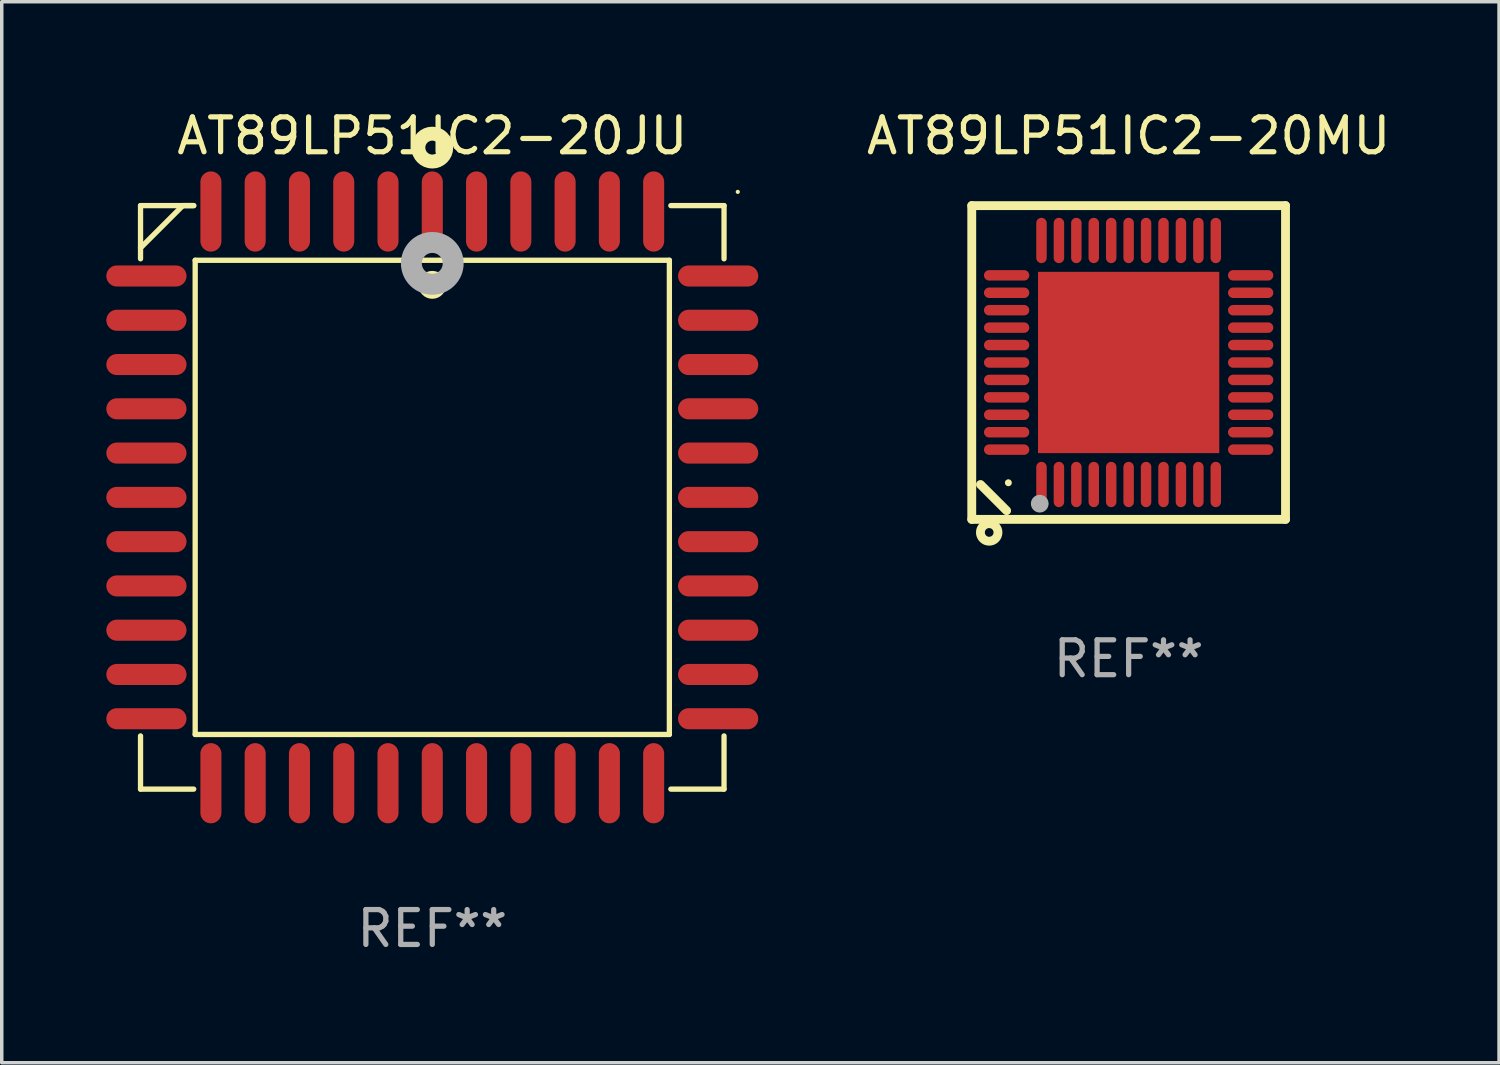
<source format=kicad_pcb>
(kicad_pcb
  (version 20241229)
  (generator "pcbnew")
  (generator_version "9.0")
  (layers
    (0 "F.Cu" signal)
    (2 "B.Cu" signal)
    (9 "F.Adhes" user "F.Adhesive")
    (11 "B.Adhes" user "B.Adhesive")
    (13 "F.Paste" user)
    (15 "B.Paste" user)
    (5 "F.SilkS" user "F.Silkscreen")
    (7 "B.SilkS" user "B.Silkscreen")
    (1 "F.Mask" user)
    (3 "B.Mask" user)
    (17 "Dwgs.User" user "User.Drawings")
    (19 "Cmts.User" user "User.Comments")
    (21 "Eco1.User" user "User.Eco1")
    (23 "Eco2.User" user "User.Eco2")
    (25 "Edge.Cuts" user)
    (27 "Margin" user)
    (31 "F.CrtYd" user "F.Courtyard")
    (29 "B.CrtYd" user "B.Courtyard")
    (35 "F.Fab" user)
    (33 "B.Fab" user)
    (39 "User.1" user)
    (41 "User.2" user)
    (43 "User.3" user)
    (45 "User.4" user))
  (footprint "AT89LP51IC2-20MU"
    (layer "F.Cu")
    (at 29.325 7.348)
    (property "Reference" "AT89LP51IC2-20MU" (at 0 -6.5 0) (layer "F.SilkS") (effects (font (size 1 1) (thickness 0.15))))
    (attr through_hole)
    (fp_line (start -4.5 -4.5) (end -4.5 4.5) (stroke (width 0.254) (type solid)) (layer "F.SilkS"))
    (fp_line (start -4.5 4.5) (end 4.5 4.5) (stroke (width 0.254) (type solid)) (layer "F.SilkS"))
    (fp_line (start -3.5 4.25) (end -4.25 3.5) (stroke (width 0.254) (type solid)) (layer "F.SilkS"))
    (fp_line (start 4.5 -4.5) (end -4.5 -4.5) (stroke (width 0.254) (type solid)) (layer "F.SilkS"))
    (fp_line (start 4.5 4.5) (end 4.5 -4.5) (stroke (width 0.254) (type solid)) (layer "F.SilkS"))
    (fp_circle (center -4 4.875) (end -3.875 4.875) (stroke (width 0.254) (type solid)) (fill no) (layer "F.SilkS"))
    (fp_circle (center -3.45 3.45) (end -3.4 3.45) (stroke (width 0.1) (type solid)) (fill no) (layer "F.SilkS"))
    (fp_circle (center -2.55 4.05) (end -2.423 4.05) (stroke (width 0.254) (type solid)) (fill no) (layer "F.Fab"))
    (fp_text user "REF**" (at 0 8.5 0) (layer "F.Fab") (effects (font (size 1 1) (thickness 0.15))))
    (pad "1" smd oval (at -2.5 3.5 90) (size 1.3 0.3) (layers "F.Cu" "F.Mask" "F.Paste"))
    (pad "2" smd oval (at -2 3.5 90) (size 1.3 0.3) (layers "F.Cu" "F.Mask" "F.Paste"))
    (pad "3" smd oval (at -1.5 3.5 90) (size 1.3 0.3) (layers "F.Cu" "F.Mask" "F.Paste"))
    (pad "4" smd oval (at -1 3.5 90) (size 1.3 0.3) (layers "F.Cu" "F.Mask" "F.Paste"))
    (pad "5" smd oval (at -0.5 3.5 90) (size 1.3 0.3) (layers "F.Cu" "F.Mask" "F.Paste"))
    (pad "6" smd oval (at 0.000025 3.5 90) (size 1.3 0.3) (layers "F.Cu" "F.Mask" "F.Paste"))
    (pad "7" smd oval (at 0.5 3.5 90) (size 1.3 0.3) (layers "F.Cu" "F.Mask" "F.Paste"))
    (pad "8" smd oval (at 1 3.5 90) (size 1.3 0.3) (layers "F.Cu" "F.Mask" "F.Paste"))
    (pad "9" smd oval (at 1.5 3.5 90) (size 1.3 0.3) (layers "F.Cu" "F.Mask" "F.Paste"))
    (pad "10" smd oval (at 2 3.5 90) (size 1.3 0.3) (layers "F.Cu" "F.Mask" "F.Paste"))
    (pad "11" smd oval (at 2.5 3.5 90) (size 1.3 0.3) (layers "F.Cu" "F.Mask" "F.Paste"))
    (pad "12" smd oval (at 3.5 2.5 90) (size 0.3 1.3) (layers "F.Cu" "F.Mask" "F.Paste"))
    (pad "13" smd oval (at 3.5 2 90) (size 0.3 1.3) (layers "F.Cu" "F.Mask" "F.Paste"))
    (pad "14" smd oval (at 3.5 1.5 90) (size 0.3 1.3) (layers "F.Cu" "F.Mask" "F.Paste"))
    (pad "15" smd oval (at 3.5 1 90) (size 0.3 1.3) (layers "F.Cu" "F.Mask" "F.Paste"))
    (pad "16" smd oval (at 3.5 0.5 90) (size 0.3 1.3) (layers "F.Cu" "F.Mask" "F.Paste"))
    (pad "17" smd oval (at 3.5 0.000025 90) (size 0.3 1.3) (layers "F.Cu" "F.Mask" "F.Paste"))
    (pad "18" smd oval (at 3.5 -0.5 90) (size 0.3 1.3) (layers "F.Cu" "F.Mask" "F.Paste"))
    (pad "19" smd oval (at 3.5 -1 90) (size 0.3 1.3) (layers "F.Cu" "F.Mask" "F.Paste"))
    (pad "20" smd oval (at 3.5 -1.5 90) (size 0.3 1.3) (layers "F.Cu" "F.Mask" "F.Paste"))
    (pad "21" smd oval (at 3.5 -2 90) (size 0.3 1.3) (layers "F.Cu" "F.Mask" "F.Paste"))
    (pad "22" smd oval (at 3.5 -2.5 90) (size 0.3 1.3) (layers "F.Cu" "F.Mask" "F.Paste"))
    (pad "23" smd oval (at 2.5 -3.5 90) (size 1.3 0.3) (layers "F.Cu" "F.Mask" "F.Paste"))
    (pad "24" smd oval (at 2 -3.5 90) (size 1.3 0.3) (layers "F.Cu" "F.Mask" "F.Paste"))
    (pad "25" smd oval (at 1.5 -3.5 90) (size 1.3 0.3) (layers "F.Cu" "F.Mask" "F.Paste"))
    (pad "26" smd oval (at 1 -3.5 90) (size 1.3 0.3) (layers "F.Cu" "F.Mask" "F.Paste"))
    (pad "27" smd oval (at 0.5 -3.5 90) (size 1.3 0.3) (layers "F.Cu" "F.Mask" "F.Paste"))
    (pad "28" smd oval (at 0.000025 -3.5 90) (size 1.3 0.3) (layers "F.Cu" "F.Mask" "F.Paste"))
    (pad "29" smd oval (at -0.5 -3.5 90) (size 1.3 0.3) (layers "F.Cu" "F.Mask" "F.Paste"))
    (pad "30" smd oval (at -1 -3.5 90) (size 1.3 0.3) (layers "F.Cu" "F.Mask" "F.Paste"))
    (pad "31" smd oval (at -1.5 -3.5 90) (size 1.3 0.3) (layers "F.Cu" "F.Mask" "F.Paste"))
    (pad "32" smd oval (at -2 -3.5 90) (size 1.3 0.3) (layers "F.Cu" "F.Mask" "F.Paste"))
    (pad "33" smd oval (at -2.5 -3.5 90) (size 1.3 0.3) (layers "F.Cu" "F.Mask" "F.Paste"))
    (pad "34" smd oval (at -3.5 -2.5 90) (size 0.3 1.3) (layers "F.Cu" "F.Mask" "F.Paste"))
    (pad "35" smd oval (at -3.5 -2 90) (size 0.3 1.3) (layers "F.Cu" "F.Mask" "F.Paste"))
    (pad "36" smd oval (at -3.5 -1.5 90) (size 0.3 1.3) (layers "F.Cu" "F.Mask" "F.Paste"))
    (pad "37" smd oval (at -3.5 -1 90) (size 0.3 1.3) (layers "F.Cu" "F.Mask" "F.Paste"))
    (pad "38" smd oval (at -3.5 -0.5 90) (size 0.3 1.3) (layers "F.Cu" "F.Mask" "F.Paste"))
    (pad "39" smd oval (at -3.5 0.000025 90) (size 0.3 1.3) (layers "F.Cu" "F.Mask" "F.Paste"))
    (pad "40" smd oval (at -3.5 0.5 90) (size 0.3 1.3) (layers "F.Cu" "F.Mask" "F.Paste"))
    (pad "41" smd oval (at -3.5 1 90) (size 0.3 1.3) (layers "F.Cu" "F.Mask" "F.Paste"))
    (pad "42" smd oval (at -3.5 1.5 90) (size 0.3 1.3) (layers "F.Cu" "F.Mask" "F.Paste"))
    (pad "43" smd oval (at -3.5 2 90) (size 0.3 1.3) (layers "F.Cu" "F.Mask" "F.Paste"))
    (pad "44" smd oval (at -3.5 2.5 90) (size 0.3 1.3) (layers "F.Cu" "F.Mask" "F.Paste"))
    (pad "45" smd rect (at 0.000025 0.000025 90) (size 5.2 5.2) (layers "F.Cu" "F.Mask" "F.Paste")))
  (footprint "AT89LP51IC2-20JU"
    (layer "F.Cu")
    (at 9.35 11.217)
    (property "Reference" "AT89LP51IC2-20JU" (at 0 -10.369 0) (layer "F.SilkS") (effects (font (size 1 1) (thickness 0.15))))
    (attr through_hole)
    (fp_line (start -8.369 -8.369) (end -8.369 -6.843) (stroke (width 0.152) (type solid)) (layer "F.SilkS"))
    (fp_line (start -8.369 8.369) (end -8.369 6.843) (stroke (width 0.152) (type solid)) (layer "F.SilkS"))
    (fp_line (start -7.156 -8.369) (end -8.369 -7.156) (stroke (width 0.152) (type solid)) (layer "F.SilkS"))
    (fp_line (start -6.843 -8.369) (end -8.369 -8.369) (stroke (width 0.152) (type solid)) (layer "F.SilkS"))
    (fp_line (start -6.843 -8.369) (end -7.156 -8.369) (stroke (width 0.152) (type solid)) (layer "F.SilkS"))
    (fp_line (start -6.843 8.369) (end -8.369 8.369) (stroke (width 0.152) (type solid)) (layer "F.SilkS"))
    (fp_line (start -6.801 -6.801) (end 6.801 -6.801) (stroke (width 0.152) (type solid)) (layer "F.SilkS"))
    (fp_line (start -6.801 6.801) (end -6.801 -6.801) (stroke (width 0.152) (type solid)) (layer "F.SilkS"))
    (fp_line (start 6.801 -6.801) (end 6.801 6.801) (stroke (width 0.152) (type solid)) (layer "F.SilkS"))
    (fp_line (start 6.801 6.801) (end -6.801 6.801) (stroke (width 0.152) (type solid)) (layer "F.SilkS"))
    (fp_line (start 6.843 -8.369) (end 8.369 -8.369) (stroke (width 0.152) (type solid)) (layer "F.SilkS"))
    (fp_line (start 6.843 8.369) (end 8.369 8.369) (stroke (width 0.152) (type solid)) (layer "F.SilkS"))
    (fp_line (start 8.369 -8.369) (end 8.369 -6.843) (stroke (width 0.152) (type solid)) (layer "F.SilkS"))
    (fp_line (start 8.369 8.369) (end 8.369 6.843) (stroke (width 0.152) (type solid)) (layer "F.SilkS"))
    (fp_circle (center -0.000013 -6.096) (end 0.2 -6.096) (stroke (width 0.4) (type solid)) (fill no) (layer "F.SilkS"))
    (fp_circle (center 0.000114 -10.033) (end 0.2 -10.033) (stroke (width 0.4) (type solid)) (fill no) (layer "F.SilkS"))
    (fp_circle (center 8.763 -8.763) (end 8.793 -8.763) (stroke (width 0.06) (type solid)) (fill no) (layer "F.SilkS"))
    (fp_circle (center 0.000114 -6.712) (end 0.3 -6.712) (stroke (width 0.6) (type solid)) (fill no) (layer "F.Fab"))
    (fp_text user "REF**" (at 0 12.369 0) (layer "F.Fab") (effects (font (size 1 1) (thickness 0.15))))
    (pad "1" smd oval (at 0.000114 -8.2) (size 0.604 2.3) (layers "F.Cu" "F.Mask" "F.Paste"))
    (pad "2" smd oval (at -1.27 -8.2) (size 0.604 2.3) (layers "F.Cu" "F.Mask" "F.Paste"))
    (pad "3" smd oval (at -2.54 -8.2) (size 0.604 2.3) (layers "F.Cu" "F.Mask" "F.Paste"))
    (pad "4" smd oval (at -3.81 -8.2) (size 0.604 2.3) (layers "F.Cu" "F.Mask" "F.Paste"))
    (pad "5" smd oval (at -5.08 -8.2) (size 0.604 2.3) (layers "F.Cu" "F.Mask" "F.Paste"))
    (pad "6" smd oval (at -6.35 -8.2) (size 0.604 2.3) (layers "F.Cu" "F.Mask" "F.Paste"))
    (pad "7" smd oval (at -8.2 -6.35) (size 2.3 0.604) (layers "F.Cu" "F.Mask" "F.Paste"))
    (pad "8" smd oval (at -8.2 -5.08) (size 2.3 0.604) (layers "F.Cu" "F.Mask" "F.Paste"))
    (pad "9" smd oval (at -8.2 -3.81) (size 2.3 0.604) (layers "F.Cu" "F.Mask" "F.Paste"))
    (pad "10" smd oval (at -8.2 -2.54) (size 2.3 0.604) (layers "F.Cu" "F.Mask" "F.Paste"))
    (pad "11" smd oval (at -8.2 -1.27) (size 2.3 0.604) (layers "F.Cu" "F.Mask" "F.Paste"))
    (pad "12" smd oval (at -8.2 0.000127) (size 2.3 0.604) (layers "F.Cu" "F.Mask" "F.Paste"))
    (pad "13" smd oval (at -8.2 1.27) (size 2.3 0.604) (layers "F.Cu" "F.Mask" "F.Paste"))
    (pad "14" smd oval (at -8.2 2.54) (size 2.3 0.604) (layers "F.Cu" "F.Mask" "F.Paste"))
    (pad "15" smd oval (at -8.2 3.81) (size 2.3 0.604) (layers "F.Cu" "F.Mask" "F.Paste"))
    (pad "16" smd oval (at -8.2 5.08) (size 2.3 0.604) (layers "F.Cu" "F.Mask" "F.Paste"))
    (pad "17" smd oval (at -8.2 6.35) (size 2.3 0.604) (layers "F.Cu" "F.Mask" "F.Paste"))
    (pad "18" smd oval (at -6.35 8.2) (size 0.604 2.3) (layers "F.Cu" "F.Mask" "F.Paste"))
    (pad "19" smd oval (at -5.08 8.2) (size 0.604 2.3) (layers "F.Cu" "F.Mask" "F.Paste"))
    (pad "20" smd oval (at -3.81 8.2) (size 0.604 2.3) (layers "F.Cu" "F.Mask" "F.Paste"))
    (pad "21" smd oval (at -2.54 8.2) (size 0.604 2.3) (layers "F.Cu" "F.Mask" "F.Paste"))
    (pad "22" smd oval (at -1.27 8.2) (size 0.604 2.3) (layers "F.Cu" "F.Mask" "F.Paste"))
    (pad "23" smd oval (at 0.000114 8.2) (size 0.604 2.3) (layers "F.Cu" "F.Mask" "F.Paste"))
    (pad "24" smd oval (at 1.27 8.2) (size 0.604 2.3) (layers "F.Cu" "F.Mask" "F.Paste"))
    (pad "25" smd oval (at 2.54 8.2) (size 0.604 2.3) (layers "F.Cu" "F.Mask" "F.Paste"))
    (pad "26" smd oval (at 3.81 8.2) (size 0.604 2.3) (layers "F.Cu" "F.Mask" "F.Paste"))
    (pad "27" smd oval (at 5.08 8.2) (size 0.604 2.3) (layers "F.Cu" "F.Mask" "F.Paste"))
    (pad "28" smd oval (at 6.35 8.2) (size 0.604 2.3) (layers "F.Cu" "F.Mask" "F.Paste"))
    (pad "29" smd oval (at 8.2 6.35) (size 2.3 0.604) (layers "F.Cu" "F.Mask" "F.Paste"))
    (pad "30" smd oval (at 8.2 5.08) (size 2.3 0.604) (layers "F.Cu" "F.Mask" "F.Paste"))
    (pad "31" smd oval (at 8.2 3.81) (size 2.3 0.604) (layers "F.Cu" "F.Mask" "F.Paste"))
    (pad "32" smd oval (at 8.2 2.54) (size 2.3 0.604) (layers "F.Cu" "F.Mask" "F.Paste"))
    (pad "33" smd oval (at 8.2 1.27) (size 2.3 0.604) (layers "F.Cu" "F.Mask" "F.Paste"))
    (pad "34" smd oval (at 8.2 0.000127) (size 2.3 0.604) (layers "F.Cu" "F.Mask" "F.Paste"))
    (pad "35" smd oval (at 8.2 -1.27) (size 2.3 0.604) (layers "F.Cu" "F.Mask" "F.Paste"))
    (pad "36" smd oval (at 8.2 -2.54) (size 2.3 0.604) (layers "F.Cu" "F.Mask" "F.Paste"))
    (pad "37" smd oval (at 8.2 -3.81) (size 2.3 0.604) (layers "F.Cu" "F.Mask" "F.Paste"))
    (pad "38" smd oval (at 8.2 -5.08) (size 2.3 0.604) (layers "F.Cu" "F.Mask" "F.Paste"))
    (pad "39" smd oval (at 8.2 -6.35) (size 2.3 0.604) (layers "F.Cu" "F.Mask" "F.Paste"))
    (pad "40" smd oval (at 6.35 -8.2) (size 0.604 2.3) (layers "F.Cu" "F.Mask" "F.Paste"))
    (pad "41" smd oval (at 5.08 -8.2) (size 0.604 2.3) (layers "F.Cu" "F.Mask" "F.Paste"))
    (pad "42" smd oval (at 3.81 -8.2) (size 0.604 2.3) (layers "F.Cu" "F.Mask" "F.Paste"))
    (pad "43" smd oval (at 2.54 -8.2) (size 0.604 2.3) (layers "F.Cu" "F.Mask" "F.Paste"))
    (pad "44" smd oval (at 1.27 -8.2) (size 0.604 2.3) (layers "F.Cu" "F.Mask" "F.Paste")))
  (gr_rect
    (start -3 -3)
    (end 39.95 27.435)
    (stroke (width 0.1) (type default))
    (fill no)
    (layer "Edge.Cuts")))
</source>
